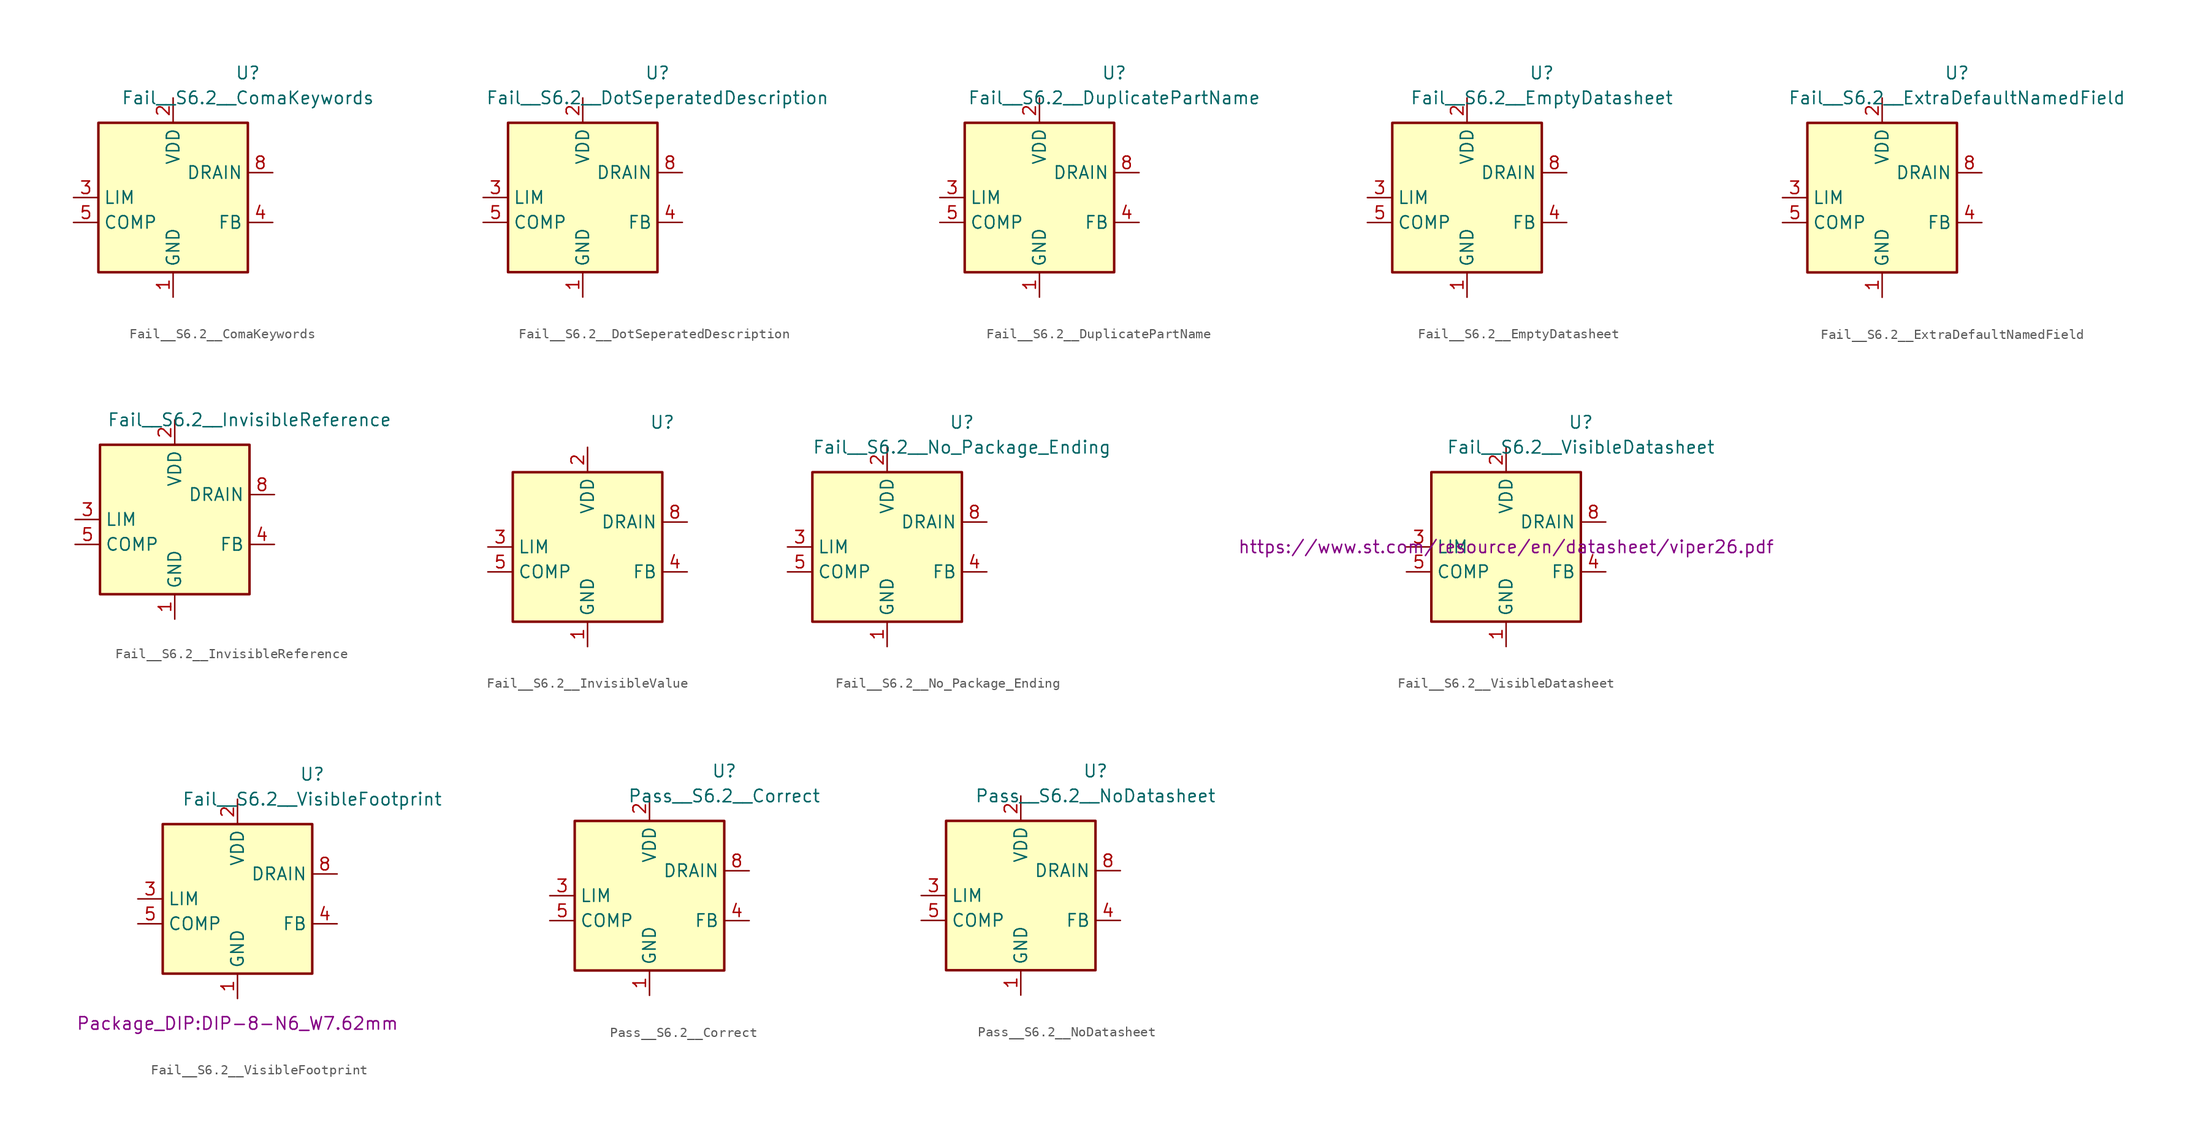
<source format=kicad_sym>
(kicad_symbol_lib
  (version 20201005)
  (generator kicad_symbol_editor)
  (symbol "CI_Test_S6.x:Fail__S6.2__ComaKeywords"
    (property "Reference" "U"
      (at 7.62 12.7 0)
      (effects (font (size 1.27 1.27))))
    (property "Value" "Fail__S6.2__ComaKeywords"
      (at 7.62 10.16 0)
      (effects (font (size 1.27 1.27))))
    (symbol "Fail__S6.2__ComaKeywords_1_1"
      (rectangle (start -7.62 7.62) (end 7.62 -7.62) (stroke (width 0.254)) (fill (type background)))
      (pin power_in line (at 0 -10.16 90) (length 2.54) (name "GND" (effects (font (size 1.27 1.27)))) (number "1" (effects (font (size 1.27 1.27)))))
      (pin power_in line (at 0 10.16 270) (length 2.54) (name "VDD" (effects (font (size 1.27 1.27)))) (number "2" (effects (font (size 1.27 1.27)))))
      (pin passive line (at -10.16 0 0) (length 2.54) (name "LIM" (effects (font (size 1.27 1.27)))) (number "3" (effects (font (size 1.27 1.27)))))
      (pin input line (at 10.16 -2.54 180) (length 2.54) (name "FB" (effects (font (size 1.27 1.27)))) (number "4" (effects (font (size 1.27 1.27)))))
      (pin passive line (at -10.16 -2.54 0) (length 2.54) (name "COMP" (effects (font (size 1.27 1.27)))) (number "5" (effects (font (size 1.27 1.27)))))
      (pin passive line (at 10.16 2.54 180) (length 2.54) hide (name "DRAIN" (effects (font (size 1.27 1.27)))) (number "7" (effects (font (size 1.27 1.27)))))
      (pin passive line (at 10.16 2.54 180) (length 2.54) (name "DRAIN" (effects (font (size 1.27 1.27)))) (number "8" (effects (font (size 1.27 1.27)))))))
  (symbol "CI_Test_S6.x:Fail__S6.2__DotSeperatedDescription"
    (property "Reference" "U"
      (at 7.62 12.7 0)
      (effects (font (size 1.27 1.27))))
    (property "Value" "Fail__S6.2__DotSeperatedDescription"
      (at 7.62 10.16 0)
      (effects (font (size 1.27 1.27))))
    (symbol "Fail__S6.2__DotSeperatedDescription_1_1"
      (rectangle (start -7.62 7.62) (end 7.62 -7.62) (stroke (width 0.254)) (fill (type background)))
      (pin power_in line (at 0 -10.16 90) (length 2.54) (name "GND" (effects (font (size 1.27 1.27)))) (number "1" (effects (font (size 1.27 1.27)))))
      (pin power_in line (at 0 10.16 270) (length 2.54) (name "VDD" (effects (font (size 1.27 1.27)))) (number "2" (effects (font (size 1.27 1.27)))))
      (pin passive line (at -10.16 0 0) (length 2.54) (name "LIM" (effects (font (size 1.27 1.27)))) (number "3" (effects (font (size 1.27 1.27)))))
      (pin input line (at 10.16 -2.54 180) (length 2.54) (name "FB" (effects (font (size 1.27 1.27)))) (number "4" (effects (font (size 1.27 1.27)))))
      (pin passive line (at -10.16 -2.54 0) (length 2.54) (name "COMP" (effects (font (size 1.27 1.27)))) (number "5" (effects (font (size 1.27 1.27)))))
      (pin passive line (at 10.16 2.54 180) (length 2.54) hide (name "DRAIN" (effects (font (size 1.27 1.27)))) (number "7" (effects (font (size 1.27 1.27)))))
      (pin passive line (at 10.16 2.54 180) (length 2.54) (name "DRAIN" (effects (font (size 1.27 1.27)))) (number "8" (effects (font (size 1.27 1.27)))))))
  (symbol "CI_Test_S6.x:Fail__S6.2__DuplicatePartName"
    (property "Reference" "U"
      (at 7.62 12.7 0)
      (effects (font (size 1.27 1.27))))
    (property "Value" "Fail__S6.2__DuplicatePartName"
      (at 7.62 10.16 0)
      (effects (font (size 1.27 1.27))))
    (symbol "Fail__S6.2__DuplicatePartName_1_1"
      (rectangle (start -7.62 7.62) (end 7.62 -7.62) (stroke (width 0.254)) (fill (type background)))
      (pin power_in line (at 0 -10.16 90) (length 2.54) (name "GND" (effects (font (size 1.27 1.27)))) (number "1" (effects (font (size 1.27 1.27)))))
      (pin power_in line (at 0 10.16 270) (length 2.54) (name "VDD" (effects (font (size 1.27 1.27)))) (number "2" (effects (font (size 1.27 1.27)))))
      (pin passive line (at -10.16 0 0) (length 2.54) (name "LIM" (effects (font (size 1.27 1.27)))) (number "3" (effects (font (size 1.27 1.27)))))
      (pin input line (at 10.16 -2.54 180) (length 2.54) (name "FB" (effects (font (size 1.27 1.27)))) (number "4" (effects (font (size 1.27 1.27)))))
      (pin passive line (at -10.16 -2.54 0) (length 2.54) (name "COMP" (effects (font (size 1.27 1.27)))) (number "5" (effects (font (size 1.27 1.27)))))
      (pin passive line (at 10.16 2.54 180) (length 2.54) hide (name "DRAIN" (effects (font (size 1.27 1.27)))) (number "7" (effects (font (size 1.27 1.27)))))
      (pin passive line (at 10.16 2.54 180) (length 2.54) (name "DRAIN" (effects (font (size 1.27 1.27)))) (number "8" (effects (font (size 1.27 1.27)))))))
  (symbol "CI_Test_S6.x:Fail__S6.2__EmptyDatasheet"
    (property "Reference" "U"
      (at 7.62 12.7 0)
      (effects (font (size 1.27 1.27))))
    (property "Value" "Fail__S6.2__EmptyDatasheet"
      (at 7.62 10.16 0)
      (effects (font (size 1.27 1.27))))
    (symbol "Fail__S6.2__EmptyDatasheet_1_1"
      (rectangle (start -7.62 7.62) (end 7.62 -7.62) (stroke (width 0.254)) (fill (type background)))
      (pin power_in line (at 0 -10.16 90) (length 2.54) (name "GND" (effects (font (size 1.27 1.27)))) (number "1" (effects (font (size 1.27 1.27)))))
      (pin power_in line (at 0 10.16 270) (length 2.54) (name "VDD" (effects (font (size 1.27 1.27)))) (number "2" (effects (font (size 1.27 1.27)))))
      (pin passive line (at -10.16 0 0) (length 2.54) (name "LIM" (effects (font (size 1.27 1.27)))) (number "3" (effects (font (size 1.27 1.27)))))
      (pin input line (at 10.16 -2.54 180) (length 2.54) (name "FB" (effects (font (size 1.27 1.27)))) (number "4" (effects (font (size 1.27 1.27)))))
      (pin passive line (at -10.16 -2.54 0) (length 2.54) (name "COMP" (effects (font (size 1.27 1.27)))) (number "5" (effects (font (size 1.27 1.27)))))
      (pin passive line (at 10.16 2.54 180) (length 2.54) hide (name "DRAIN" (effects (font (size 1.27 1.27)))) (number "7" (effects (font (size 1.27 1.27)))))
      (pin passive line (at 10.16 2.54 180) (length 2.54) (name "DRAIN" (effects (font (size 1.27 1.27)))) (number "8" (effects (font (size 1.27 1.27)))))))
  (symbol "CI_Test_S6.x:Fail__S6.2__ExtraDefaultNamedField"
    (property "Reference" "U"
      (at 7.62 12.7 0)
      (effects (font (size 1.27 1.27))))
    (property "Value" "Fail__S6.2__ExtraDefaultNamedField"
      (at 7.62 10.16 0)
      (effects (font (size 1.27 1.27))))
    (property "Field4" ""
      (at 0 0 0)
      (effects (font (size 1.27 1.27))))
    (symbol "Fail__S6.2__ExtraDefaultNamedField_1_1"
      (rectangle (start -7.62 7.62) (end 7.62 -7.62) (stroke (width 0.254)) (fill (type background)))
      (pin power_in line (at 0 -10.16 90) (length 2.54) (name "GND" (effects (font (size 1.27 1.27)))) (number "1" (effects (font (size 1.27 1.27)))))
      (pin power_in line (at 0 10.16 270) (length 2.54) (name "VDD" (effects (font (size 1.27 1.27)))) (number "2" (effects (font (size 1.27 1.27)))))
      (pin passive line (at -10.16 0 0) (length 2.54) (name "LIM" (effects (font (size 1.27 1.27)))) (number "3" (effects (font (size 1.27 1.27)))))
      (pin input line (at 10.16 -2.54 180) (length 2.54) (name "FB" (effects (font (size 1.27 1.27)))) (number "4" (effects (font (size 1.27 1.27)))))
      (pin passive line (at -10.16 -2.54 0) (length 2.54) (name "COMP" (effects (font (size 1.27 1.27)))) (number "5" (effects (font (size 1.27 1.27)))))
      (pin passive line (at 10.16 2.54 180) (length 2.54) hide (name "DRAIN" (effects (font (size 1.27 1.27)))) (number "7" (effects (font (size 1.27 1.27)))))
      (pin passive line (at 10.16 2.54 180) (length 2.54) (name "DRAIN" (effects (font (size 1.27 1.27)))) (number "8" (effects (font (size 1.27 1.27)))))))
  (symbol "CI_Test_S6.x:Fail__S6.2__InvisibleReference"
    (property "Reference" "U"
      (at 7.62 12.7 0)
      (effects (font (size 1.27 1.27)) hide))
    (property "Value" "Fail__S6.2__InvisibleReference"
      (at 7.62 10.16 0)
      (effects (font (size 1.27 1.27))))
    (symbol "Fail__S6.2__InvisibleReference_1_1"
      (rectangle (start -7.62 7.62) (end 7.62 -7.62) (stroke (width 0.254)) (fill (type background)))
      (pin power_in line (at 0 -10.16 90) (length 2.54) (name "GND" (effects (font (size 1.27 1.27)))) (number "1" (effects (font (size 1.27 1.27)))))
      (pin power_in line (at 0 10.16 270) (length 2.54) (name "VDD" (effects (font (size 1.27 1.27)))) (number "2" (effects (font (size 1.27 1.27)))))
      (pin passive line (at -10.16 0 0) (length 2.54) (name "LIM" (effects (font (size 1.27 1.27)))) (number "3" (effects (font (size 1.27 1.27)))))
      (pin input line (at 10.16 -2.54 180) (length 2.54) (name "FB" (effects (font (size 1.27 1.27)))) (number "4" (effects (font (size 1.27 1.27)))))
      (pin passive line (at -10.16 -2.54 0) (length 2.54) (name "COMP" (effects (font (size 1.27 1.27)))) (number "5" (effects (font (size 1.27 1.27)))))
      (pin passive line (at 10.16 2.54 180) (length 2.54) hide (name "DRAIN" (effects (font (size 1.27 1.27)))) (number "7" (effects (font (size 1.27 1.27)))))
      (pin passive line (at 10.16 2.54 180) (length 2.54) (name "DRAIN" (effects (font (size 1.27 1.27)))) (number "8" (effects (font (size 1.27 1.27)))))))
  (symbol "CI_Test_S6.x:Fail__S6.2__InvisibleValue"
    (property "Reference" "U"
      (at 7.62 12.7 0)
      (effects (font (size 1.27 1.27))))
    (symbol "Fail__S6.2__InvisibleValue_1_1"
      (rectangle (start -7.62 7.62) (end 7.62 -7.62) (stroke (width 0.254)) (fill (type background)))
      (pin power_in line (at 0 -10.16 90) (length 2.54) (name "GND" (effects (font (size 1.27 1.27)))) (number "1" (effects (font (size 1.27 1.27)))))
      (pin power_in line (at 0 10.16 270) (length 2.54) (name "VDD" (effects (font (size 1.27 1.27)))) (number "2" (effects (font (size 1.27 1.27)))))
      (pin passive line (at -10.16 0 0) (length 2.54) (name "LIM" (effects (font (size 1.27 1.27)))) (number "3" (effects (font (size 1.27 1.27)))))
      (pin input line (at 10.16 -2.54 180) (length 2.54) (name "FB" (effects (font (size 1.27 1.27)))) (number "4" (effects (font (size 1.27 1.27)))))
      (pin passive line (at -10.16 -2.54 0) (length 2.54) (name "COMP" (effects (font (size 1.27 1.27)))) (number "5" (effects (font (size 1.27 1.27)))))
      (pin passive line (at 10.16 2.54 180) (length 2.54) hide (name "DRAIN" (effects (font (size 1.27 1.27)))) (number "7" (effects (font (size 1.27 1.27)))))
      (pin passive line (at 10.16 2.54 180) (length 2.54) (name "DRAIN" (effects (font (size 1.27 1.27)))) (number "8" (effects (font (size 1.27 1.27)))))))
  (symbol "CI_Test_S6.x:Fail__S6.2__No_Package_Ending"
    (property "Reference" "U"
      (at 7.62 12.7 0)
      (effects (font (size 1.27 1.27))))
    (property "Value" "Fail__S6.2__No_Package_Ending"
      (at 7.62 10.16 0)
      (effects (font (size 1.27 1.27))))
    (symbol "Fail__S6.2__No_Package_Ending_1_1"
      (rectangle (start -7.62 7.62) (end 7.62 -7.62) (stroke (width 0.254)) (fill (type background)))
      (pin power_in line (at 0 -10.16 90) (length 2.54) (name "GND" (effects (font (size 1.27 1.27)))) (number "1" (effects (font (size 1.27 1.27)))))
      (pin power_in line (at 0 10.16 270) (length 2.54) (name "VDD" (effects (font (size 1.27 1.27)))) (number "2" (effects (font (size 1.27 1.27)))))
      (pin passive line (at -10.16 0 0) (length 2.54) (name "LIM" (effects (font (size 1.27 1.27)))) (number "3" (effects (font (size 1.27 1.27)))))
      (pin input line (at 10.16 -2.54 180) (length 2.54) (name "FB" (effects (font (size 1.27 1.27)))) (number "4" (effects (font (size 1.27 1.27)))))
      (pin passive line (at -10.16 -2.54 0) (length 2.54) (name "COMP" (effects (font (size 1.27 1.27)))) (number "5" (effects (font (size 1.27 1.27)))))
      (pin passive line (at 10.16 2.54 180) (length 2.54) hide (name "DRAIN" (effects (font (size 1.27 1.27)))) (number "7" (effects (font (size 1.27 1.27)))))
      (pin passive line (at 10.16 2.54 180) (length 2.54) (name "DRAIN" (effects (font (size 1.27 1.27)))) (number "8" (effects (font (size 1.27 1.27)))))))
  (symbol "CI_Test_S6.x:Fail__S6.2__VisibleDatasheet"
    (property "Reference" "U"
      (at 7.62 12.7 0)
      (effects (font (size 1.27 1.27))))
    (property "Value" "Fail__S6.2__VisibleDatasheet"
      (at 7.62 10.16 0)
      (effects (font (size 1.27 1.27))))
    (property "Datasheet" "https://www.st.com/resource/en/datasheet/viper26.pdf"
      (at 0 0 0)
      (effects (font (size 1.27 1.27))))
    (symbol "Fail__S6.2__VisibleDatasheet_1_1"
      (rectangle (start -7.62 7.62) (end 7.62 -7.62) (stroke (width 0.254)) (fill (type background)))
      (pin power_in line (at 0 -10.16 90) (length 2.54) (name "GND" (effects (font (size 1.27 1.27)))) (number "1" (effects (font (size 1.27 1.27)))))
      (pin power_in line (at 0 10.16 270) (length 2.54) (name "VDD" (effects (font (size 1.27 1.27)))) (number "2" (effects (font (size 1.27 1.27)))))
      (pin passive line (at -10.16 0 0) (length 2.54) (name "LIM" (effects (font (size 1.27 1.27)))) (number "3" (effects (font (size 1.27 1.27)))))
      (pin input line (at 10.16 -2.54 180) (length 2.54) (name "FB" (effects (font (size 1.27 1.27)))) (number "4" (effects (font (size 1.27 1.27)))))
      (pin passive line (at -10.16 -2.54 0) (length 2.54) (name "COMP" (effects (font (size 1.27 1.27)))) (number "5" (effects (font (size 1.27 1.27)))))
      (pin passive line (at 10.16 2.54 180) (length 2.54) hide (name "DRAIN" (effects (font (size 1.27 1.27)))) (number "7" (effects (font (size 1.27 1.27)))))
      (pin passive line (at 10.16 2.54 180) (length 2.54) (name "DRAIN" (effects (font (size 1.27 1.27)))) (number "8" (effects (font (size 1.27 1.27)))))))
  (symbol "CI_Test_S6.x:Fail__S6.2__VisibleFootprint"
    (property "Reference" "U"
      (at 7.62 12.7 0)
      (effects (font (size 1.27 1.27))))
    (property "Value" "Fail__S6.2__VisibleFootprint"
      (at 7.62 10.16 0)
      (effects (font (size 1.27 1.27))))
    (property "Footprint" "Package_DIP:DIP-8-N6_W7.62mm"
      (at 0 -12.7 0)
      (effects (font (size 1.27 1.27))))
    (symbol "Fail__S6.2__VisibleFootprint_1_1"
      (rectangle (start -7.62 7.62) (end 7.62 -7.62) (stroke (width 0.254)) (fill (type background)))
      (pin power_in line (at 0 -10.16 90) (length 2.54) (name "GND" (effects (font (size 1.27 1.27)))) (number "1" (effects (font (size 1.27 1.27)))))
      (pin power_in line (at 0 10.16 270) (length 2.54) (name "VDD" (effects (font (size 1.27 1.27)))) (number "2" (effects (font (size 1.27 1.27)))))
      (pin passive line (at -10.16 0 0) (length 2.54) (name "LIM" (effects (font (size 1.27 1.27)))) (number "3" (effects (font (size 1.27 1.27)))))
      (pin input line (at 10.16 -2.54 180) (length 2.54) (name "FB" (effects (font (size 1.27 1.27)))) (number "4" (effects (font (size 1.27 1.27)))))
      (pin passive line (at -10.16 -2.54 0) (length 2.54) (name "COMP" (effects (font (size 1.27 1.27)))) (number "5" (effects (font (size 1.27 1.27)))))
      (pin passive line (at 10.16 2.54 180) (length 2.54) hide (name "DRAIN" (effects (font (size 1.27 1.27)))) (number "7" (effects (font (size 1.27 1.27)))))
      (pin passive line (at 10.16 2.54 180) (length 2.54) (name "DRAIN" (effects (font (size 1.27 1.27)))) (number "8" (effects (font (size 1.27 1.27)))))))
  (symbol "CI_Test_S6.x:Pass__S6.2__Correct"
    (property "Reference" "U"
      (at 7.62 12.7 0)
      (effects (font (size 1.27 1.27))))
    (property "Value" "Pass__S6.2__Correct"
      (at 7.62 10.16 0)
      (effects (font (size 1.27 1.27))))
    (symbol "Pass__S6.2__Correct_1_1"
      (rectangle (start -7.62 7.62) (end 7.62 -7.62) (stroke (width 0.254)) (fill (type background)))
      (pin power_in line (at 0 -10.16 90) (length 2.54) (name "GND" (effects (font (size 1.27 1.27)))) (number "1" (effects (font (size 1.27 1.27)))))
      (pin power_in line (at 0 10.16 270) (length 2.54) (name "VDD" (effects (font (size 1.27 1.27)))) (number "2" (effects (font (size 1.27 1.27)))))
      (pin passive line (at -10.16 0 0) (length 2.54) (name "LIM" (effects (font (size 1.27 1.27)))) (number "3" (effects (font (size 1.27 1.27)))))
      (pin input line (at 10.16 -2.54 180) (length 2.54) (name "FB" (effects (font (size 1.27 1.27)))) (number "4" (effects (font (size 1.27 1.27)))))
      (pin passive line (at -10.16 -2.54 0) (length 2.54) (name "COMP" (effects (font (size 1.27 1.27)))) (number "5" (effects (font (size 1.27 1.27)))))
      (pin passive line (at 10.16 2.54 180) (length 2.54) hide (name "DRAIN" (effects (font (size 1.27 1.27)))) (number "7" (effects (font (size 1.27 1.27)))))
      (pin passive line (at 10.16 2.54 180) (length 2.54) (name "DRAIN" (effects (font (size 1.27 1.27)))) (number "8" (effects (font (size 1.27 1.27)))))))
  (symbol "CI_Test_S6.x:Pass__S6.2__NoDatasheet"
    (property "Reference" "U"
      (at 7.62 12.7 0)
      (effects (font (size 1.27 1.27))))
    (property "Value" "Pass__S6.2__NoDatasheet"
      (at 7.62 10.16 0)
      (effects (font (size 1.27 1.27))))
    (symbol "Pass__S6.2__NoDatasheet_1_1"
      (rectangle (start -7.62 7.62) (end 7.62 -7.62) (stroke (width 0.254)) (fill (type background)))
      (pin power_in line (at 0 -10.16 90) (length 2.54) (name "GND" (effects (font (size 1.27 1.27)))) (number "1" (effects (font (size 1.27 1.27)))))
      (pin power_in line (at 0 10.16 270) (length 2.54) (name "VDD" (effects (font (size 1.27 1.27)))) (number "2" (effects (font (size 1.27 1.27)))))
      (pin passive line (at -10.16 0 0) (length 2.54) (name "LIM" (effects (font (size 1.27 1.27)))) (number "3" (effects (font (size 1.27 1.27)))))
      (pin input line (at 10.16 -2.54 180) (length 2.54) (name "FB" (effects (font (size 1.27 1.27)))) (number "4" (effects (font (size 1.27 1.27)))))
      (pin passive line (at -10.16 -2.54 0) (length 2.54) (name "COMP" (effects (font (size 1.27 1.27)))) (number "5" (effects (font (size 1.27 1.27)))))
      (pin passive line (at 10.16 2.54 180) (length 2.54) hide (name "DRAIN" (effects (font (size 1.27 1.27)))) (number "7" (effects (font (size 1.27 1.27)))))
      (pin passive line (at 10.16 2.54 180) (length 2.54) (name "DRAIN" (effects (font (size 1.27 1.27)))) (number "8" (effects (font (size 1.27 1.27))))))))
</source>
